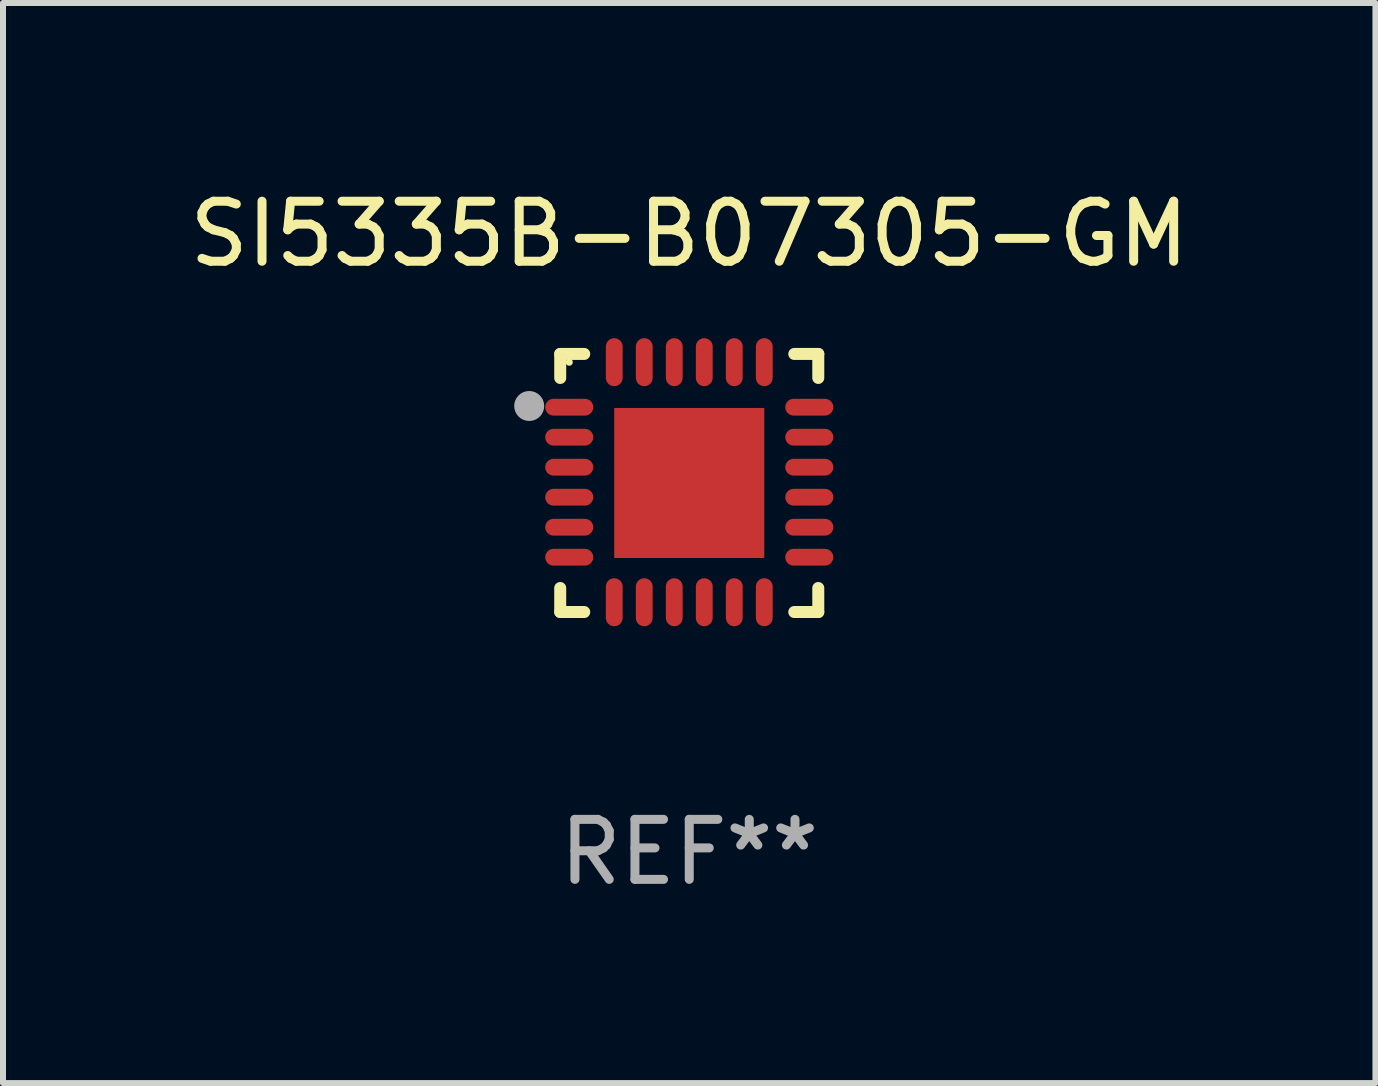
<source format=kicad_pcb>
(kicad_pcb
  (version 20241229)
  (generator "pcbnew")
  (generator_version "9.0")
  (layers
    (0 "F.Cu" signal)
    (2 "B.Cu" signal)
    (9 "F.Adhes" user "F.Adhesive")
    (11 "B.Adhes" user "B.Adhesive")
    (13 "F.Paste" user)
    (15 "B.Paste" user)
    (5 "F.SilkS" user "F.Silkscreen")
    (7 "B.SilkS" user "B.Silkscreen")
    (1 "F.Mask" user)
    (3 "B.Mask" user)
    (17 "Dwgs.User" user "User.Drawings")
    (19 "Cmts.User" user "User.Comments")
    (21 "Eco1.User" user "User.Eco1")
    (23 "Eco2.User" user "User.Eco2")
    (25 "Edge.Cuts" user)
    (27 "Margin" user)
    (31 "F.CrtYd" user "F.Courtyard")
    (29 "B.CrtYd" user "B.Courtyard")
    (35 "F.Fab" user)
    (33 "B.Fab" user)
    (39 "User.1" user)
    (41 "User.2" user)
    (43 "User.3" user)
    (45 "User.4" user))
  (footprint "SI5335B-B07305-GM"
    (layer "F.Cu")
    (at 8.435 4.998)
    (property "Reference" "SI5335B-B07305-GM" (at 0 -4.15 0) (layer "F.SilkS") (effects (font (size 1 1) (thickness 0.15))))
    (attr through_hole)
    (fp_line (start -2.15 -2.15) (end -1.75 -2.15) (stroke (width 0.2) (type solid)) (layer "F.SilkS"))
    (fp_line (start -2.15 -1.75) (end -2.15 -2.15) (stroke (width 0.2) (type solid)) (layer "F.SilkS"))
    (fp_line (start -2.15 2.15) (end -2.15 1.75) (stroke (width 0.2) (type solid)) (layer "F.SilkS"))
    (fp_line (start -1.75 2.15) (end -2.15 2.15) (stroke (width 0.2) (type solid)) (layer "F.SilkS"))
    (fp_line (start 1.75 -2.15) (end 2.15 -2.15) (stroke (width 0.2) (type solid)) (layer "F.SilkS"))
    (fp_line (start 1.75 2.15) (end 2.15 2.15) (stroke (width 0.2) (type solid)) (layer "F.SilkS"))
    (fp_line (start 2.15 -2.15) (end 2.15 -1.75) (stroke (width 0.2) (type solid)) (layer "F.SilkS"))
    (fp_line (start 2.15 2.15) (end 2.15 1.75) (stroke (width 0.2) (type solid)) (layer "F.SilkS"))
    (fp_circle (center -2 -2.013) (end -1.97 -2.013) (stroke (width 0.06) (type solid)) (fill no) (layer "F.SilkS"))
    (fp_circle (center -2.667 -1.283) (end -2.542 -1.283) (stroke (width 0.25) (type solid)) (fill no) (layer "F.Fab"))
    (fp_text user "REF**" (at 0 6.15 0) (layer "F.Fab") (effects (font (size 1 1) (thickness 0.15))))
    (pad "1" smd oval (at -2 -1.263) (size 0.8 0.28) (layers "F.Cu" "F.Mask" "F.Paste"))
    (pad "2" smd oval (at -2 -0.763) (size 0.8 0.28) (layers "F.Cu" "F.Mask" "F.Paste"))
    (pad "3" smd oval (at -2 -0.263) (size 0.8 0.28) (layers "F.Cu" "F.Mask" "F.Paste"))
    (pad "4" smd oval (at -2 0.237) (size 0.8 0.28) (layers "F.Cu" "F.Mask" "F.Paste"))
    (pad "5" smd oval (at -2 0.737) (size 0.8 0.28) (layers "F.Cu" "F.Mask" "F.Paste"))
    (pad "6" smd oval (at -2 1.237) (size 0.8 0.28) (layers "F.Cu" "F.Mask" "F.Paste"))
    (pad "7" smd oval (at -1.25 1.987) (size 0.28 0.8) (layers "F.Cu" "F.Mask" "F.Paste"))
    (pad "8" smd oval (at -0.75 1.987) (size 0.28 0.8) (layers "F.Cu" "F.Mask" "F.Paste"))
    (pad "9" smd oval (at -0.25 1.987) (size 0.28 0.8) (layers "F.Cu" "F.Mask" "F.Paste"))
    (pad "10" smd oval (at 0.25 1.987) (size 0.28 0.8) (layers "F.Cu" "F.Mask" "F.Paste"))
    (pad "11" smd oval (at 0.75 1.987) (size 0.28 0.8) (layers "F.Cu" "F.Mask" "F.Paste"))
    (pad "12" smd oval (at 1.25 1.987) (size 0.28 0.8) (layers "F.Cu" "F.Mask" "F.Paste"))
    (pad "13" smd oval (at 2 1.237) (size 0.8 0.28) (layers "F.Cu" "F.Mask" "F.Paste"))
    (pad "14" smd oval (at 2 0.737) (size 0.8 0.28) (layers "F.Cu" "F.Mask" "F.Paste"))
    (pad "15" smd oval (at 2 0.237) (size 0.8 0.28) (layers "F.Cu" "F.Mask" "F.Paste"))
    (pad "16" smd oval (at 2 -0.263) (size 0.8 0.28) (layers "F.Cu" "F.Mask" "F.Paste"))
    (pad "17" smd oval (at 2 -0.763) (size 0.8 0.28) (layers "F.Cu" "F.Mask" "F.Paste"))
    (pad "18" smd oval (at 2 -1.263) (size 0.8 0.28) (layers "F.Cu" "F.Mask" "F.Paste"))
    (pad "19" smd oval (at 1.25 -2.013) (size 0.28 0.8) (layers "F.Cu" "F.Mask" "F.Paste"))
    (pad "20" smd oval (at 0.75 -2.013) (size 0.28 0.8) (layers "F.Cu" "F.Mask" "F.Paste"))
    (pad "21" smd oval (at 0.25 -2.013) (size 0.28 0.8) (layers "F.Cu" "F.Mask" "F.Paste"))
    (pad "22" smd oval (at -0.25 -2.013) (size 0.28 0.8) (layers "F.Cu" "F.Mask" "F.Paste"))
    (pad "23" smd oval (at -0.75 -2.013) (size 0.28 0.8) (layers "F.Cu" "F.Mask" "F.Paste"))
    (pad "24" smd oval (at -1.25 -2.013) (size 0.28 0.8) (layers "F.Cu" "F.Mask" "F.Paste"))
    (pad "25" smd rect (at -0.000127 -0.00014) (size 2.5 2.5) (layers "F.Cu" "F.Mask" "F.Paste")))
  (gr_rect
    (start -3 -3)
    (end 19.869 14.997)
    (stroke (width 0.1) (type default))
    (fill no)
    (layer "Edge.Cuts")))
</source>
